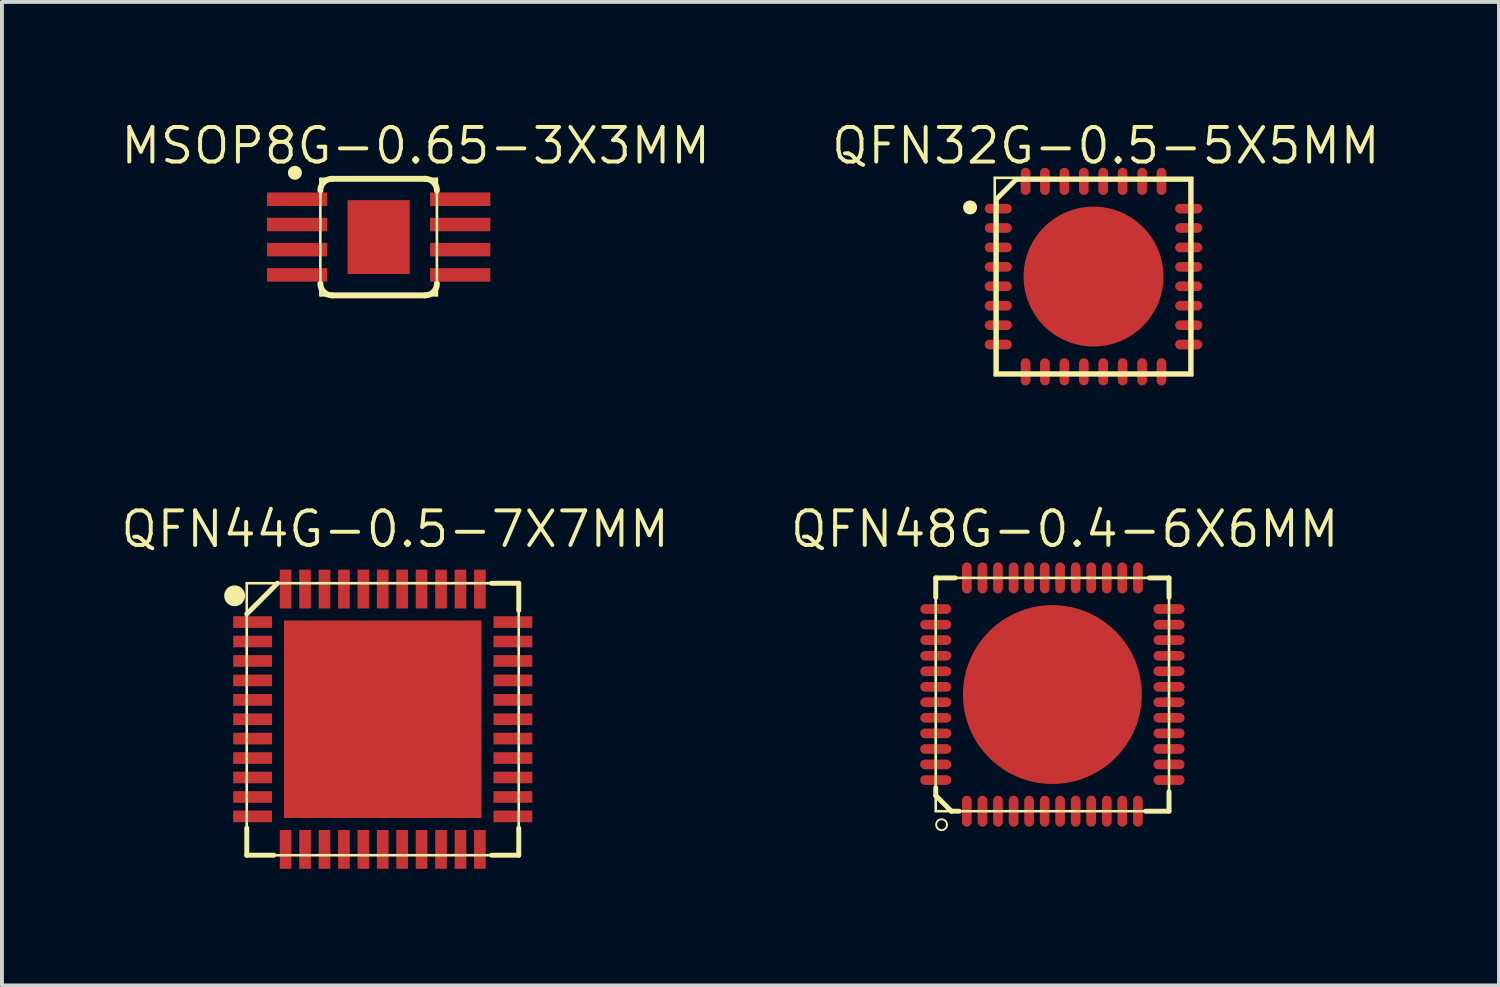
<source format=kicad_pcb>
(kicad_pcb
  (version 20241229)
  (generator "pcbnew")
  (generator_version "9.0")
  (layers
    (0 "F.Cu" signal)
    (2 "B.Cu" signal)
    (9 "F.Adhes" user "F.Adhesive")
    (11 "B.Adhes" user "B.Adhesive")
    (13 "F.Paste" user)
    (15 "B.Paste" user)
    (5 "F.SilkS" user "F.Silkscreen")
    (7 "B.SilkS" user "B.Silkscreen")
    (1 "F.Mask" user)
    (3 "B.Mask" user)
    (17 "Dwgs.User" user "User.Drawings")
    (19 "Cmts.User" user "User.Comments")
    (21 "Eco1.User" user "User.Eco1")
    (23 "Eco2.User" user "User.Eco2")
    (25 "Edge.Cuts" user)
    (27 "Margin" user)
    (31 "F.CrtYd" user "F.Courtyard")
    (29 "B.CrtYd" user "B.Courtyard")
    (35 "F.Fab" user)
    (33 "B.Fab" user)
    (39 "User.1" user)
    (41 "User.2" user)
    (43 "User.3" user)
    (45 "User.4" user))
  (footprint "QFN32G-0.5-5X5MM"
    (layer "F.Cu")
    (at 25.077 4.064)
    (property "Reference" "QFN32G-0.5-5X5MM" (at 0.318 -3.365 0) (layer "F.SilkS") (effects (font (size 0.889 0.889) (thickness 0.102))))
    (attr smd)
    (fp_line (start -2.54 -2.54) (end 2.54 -2.54) (stroke (width 0.066) (type solid)) (layer "F.SilkS"))
    (fp_line (start -2.54 2.54) (end -2.54 -2.54) (stroke (width 0.066) (type solid)) (layer "F.SilkS"))
    (fp_line (start -2.54 2.54) (end 2.54 2.54) (stroke (width 0.066) (type solid)) (layer "F.SilkS"))
    (fp_line (start -2.499 -1.991) (end -1.991 -2.499) (stroke (width 0.127) (type solid)) (layer "F.SilkS"))
    (fp_line (start -2.499 2.499) (end -2.499 -1.991) (stroke (width 0.127) (type solid)) (layer "F.SilkS"))
    (fp_line (start -1.991 -2.499) (end 2.499 -2.499) (stroke (width 0.127) (type solid)) (layer "F.SilkS"))
    (fp_line (start 2.499 -2.499) (end 2.499 2.499) (stroke (width 0.127) (type solid)) (layer "F.SilkS"))
    (fp_line (start 2.499 2.499) (end -2.499 2.499) (stroke (width 0.127) (type solid)) (layer "F.SilkS"))
    (fp_line (start 2.54 2.54) (end 2.54 -2.54) (stroke (width 0.066) (type solid)) (layer "F.SilkS"))
    (fp_circle (center -3.175 -1.778) (end -3.302 -1.905) (stroke (width 0) (type solid)) (fill yes) (layer "F.SilkS"))
    (pad "1" smd oval (at -2.449 -1.748) (size 0.699 0.249) (layers "F.Cu" "F.Mask" "F.Paste"))
    (pad "2" smd oval (at -2.449 -1.25) (size 0.699 0.249) (layers "F.Cu" "F.Mask" "F.Paste"))
    (pad "3" smd oval (at -2.449 -0.749) (size 0.699 0.249) (layers "F.Cu" "F.Mask" "F.Paste"))
    (pad "4" smd oval (at -2.449 -0.249) (size 0.699 0.249) (layers "F.Cu" "F.Mask" "F.Paste"))
    (pad "5" smd oval (at -2.449 0.249) (size 0.699 0.249) (layers "F.Cu" "F.Mask" "F.Paste"))
    (pad "6" smd oval (at -2.449 0.749) (size 0.699 0.249) (layers "F.Cu" "F.Mask" "F.Paste"))
    (pad "7" smd oval (at -2.449 1.25) (size 0.699 0.249) (layers "F.Cu" "F.Mask" "F.Paste"))
    (pad "8" smd oval (at -2.449 1.748) (size 0.699 0.249) (layers "F.Cu" "F.Mask" "F.Paste"))
    (pad "9" smd oval (at -1.748 2.449 90) (size 0.699 0.249) (layers "F.Cu" "F.Mask" "F.Paste"))
    (pad "10" smd oval (at -1.25 2.449 90) (size 0.699 0.249) (layers "F.Cu" "F.Mask" "F.Paste"))
    (pad "11" smd oval (at -0.749 2.449 90) (size 0.699 0.249) (layers "F.Cu" "F.Mask" "F.Paste"))
    (pad "12" smd oval (at -0.249 2.449 90) (size 0.699 0.249) (layers "F.Cu" "F.Mask" "F.Paste"))
    (pad "13" smd oval (at 0.249 2.449 90) (size 0.699 0.249) (layers "F.Cu" "F.Mask" "F.Paste"))
    (pad "14" smd oval (at 0.749 2.449 90) (size 0.699 0.249) (layers "F.Cu" "F.Mask" "F.Paste"))
    (pad "15" smd oval (at 1.25 2.449 90) (size 0.699 0.249) (layers "F.Cu" "F.Mask" "F.Paste"))
    (pad "16" smd oval (at 1.748 2.449 90) (size 0.699 0.249) (layers "F.Cu" "F.Mask" "F.Paste"))
    (pad "17" smd oval (at 2.449 1.748 180) (size 0.699 0.249) (layers "F.Cu" "F.Mask" "F.Paste"))
    (pad "18" smd oval (at 2.449 1.25 180) (size 0.699 0.249) (layers "F.Cu" "F.Mask" "F.Paste"))
    (pad "19" smd oval (at 2.449 0.749 180) (size 0.699 0.249) (layers "F.Cu" "F.Mask" "F.Paste"))
    (pad "20" smd oval (at 2.449 0.249 180) (size 0.699 0.249) (layers "F.Cu" "F.Mask" "F.Paste"))
    (pad "21" smd oval (at 2.449 -0.249 180) (size 0.699 0.249) (layers "F.Cu" "F.Mask" "F.Paste"))
    (pad "22" smd oval (at 2.449 -0.749 180) (size 0.699 0.249) (layers "F.Cu" "F.Mask" "F.Paste"))
    (pad "23" smd oval (at 2.449 -1.25 180) (size 0.699 0.249) (layers "F.Cu" "F.Mask" "F.Paste"))
    (pad "24" smd oval (at 2.449 -1.748 180) (size 0.699 0.249) (layers "F.Cu" "F.Mask" "F.Paste"))
    (pad "25" smd oval (at 1.748 -2.449 270) (size 0.699 0.249) (layers "F.Cu" "F.Mask" "F.Paste"))
    (pad "26" smd oval (at 1.25 -2.449 270) (size 0.699 0.249) (layers "F.Cu" "F.Mask" "F.Paste"))
    (pad "27" smd oval (at 0.749 -2.449 270) (size 0.699 0.249) (layers "F.Cu" "F.Mask" "F.Paste"))
    (pad "28" smd oval (at 0.249 -2.449 270) (size 0.699 0.249) (layers "F.Cu" "F.Mask" "F.Paste"))
    (pad "29" smd oval (at -0.249 -2.449 270) (size 0.699 0.249) (layers "F.Cu" "F.Mask" "F.Paste"))
    (pad "30" smd oval (at -0.749 -2.449 270) (size 0.699 0.249) (layers "F.Cu" "F.Mask" "F.Paste"))
    (pad "31" smd oval (at -1.25 -2.449 270) (size 0.699 0.249) (layers "F.Cu" "F.Mask" "F.Paste"))
    (pad "32" smd oval (at -1.748 -2.449 270) (size 0.699 0.249) (layers "F.Cu" "F.Mask" "F.Paste"))
    (pad "33" smd oval (at 0 0) (size 3.599 3.599) (layers "F.Cu" "F.Mask" "F.Paste")))
  (footprint "MSOP8G-0.65-3X3MM"
    (layer "F.Cu")
    (at 6.689 3.048)
    (property "Reference" "MSOP8G-0.65-3X3MM" (at 0.953 -2.349 0) (layer "F.SilkS") (effects (font (size 0.889 0.889) (thickness 0.102))))
    (attr smd)
    (fp_line (start -1.499 -1.499) (end 1.499 -1.499) (stroke (width 0.066) (type solid)) (layer "F.SilkS"))
    (fp_line (start -1.499 1.499) (end -1.499 -1.499) (stroke (width 0.066) (type solid)) (layer "F.SilkS"))
    (fp_line (start -1.499 1.499) (end 1.499 1.499) (stroke (width 0.066) (type solid)) (layer "F.SilkS"))
    (fp_line (start -1.199 -1.499) (end 1.199 -1.499) (stroke (width 0.152) (type solid)) (layer "F.SilkS"))
    (fp_line (start -1.199 1.499) (end 1.199 1.499) (stroke (width 0.152) (type solid)) (layer "F.SilkS"))
    (fp_line (start 1.499 1.499) (end 1.499 -1.499) (stroke (width 0.066) (type solid)) (layer "F.SilkS"))
    (fp_arc (start -1.4986 -1.19888) (mid -1.410814 -1.410814) (end -1.19888 -1.4986) (stroke (width 0.1524) (type solid)) (layer "F.SilkS"))
    (fp_arc (start -1.19888 1.4986) (mid -1.410814 1.410814) (end -1.4986 1.19888) (stroke (width 0.1524) (type solid)) (layer "F.SilkS"))
    (fp_arc (start 1.19888 -1.4986) (mid 1.410814 -1.410814) (end 1.4986 -1.19888) (stroke (width 0.1524) (type solid)) (layer "F.SilkS"))
    (fp_arc (start 1.4986 1.19888) (mid 1.410814 1.410814) (end 1.19888 1.4986) (stroke (width 0.1524) (type solid)) (layer "F.SilkS"))
    (fp_circle (center -2.154 -1.654) (end -2.281 -1.781) (stroke (width 0) (type solid)) (fill yes) (layer "F.SilkS"))
    (pad "1" smd rect (at -2.098 -0.973 270) (size 0.348 1.549) (layers "F.Cu" "F.Mask" "F.Paste"))
    (pad "2" smd rect (at -2.098 -0.323 270) (size 0.348 1.549) (layers "F.Cu" "F.Mask" "F.Paste"))
    (pad "3" smd rect (at -2.098 0.323 270) (size 0.348 1.549) (layers "F.Cu" "F.Mask" "F.Paste"))
    (pad "4" smd rect (at -2.098 0.973 270) (size 0.348 1.549) (layers "F.Cu" "F.Mask" "F.Paste"))
    (pad "5" smd rect (at 2.098 0.973 270) (size 0.348 1.549) (layers "F.Cu" "F.Mask" "F.Paste"))
    (pad "6" smd rect (at 2.098 0.323 270) (size 0.348 1.549) (layers "F.Cu" "F.Mask" "F.Paste"))
    (pad "7" smd rect (at 2.098 -0.323 270) (size 0.348 1.549) (layers "F.Cu" "F.Mask" "F.Paste"))
    (pad "8" smd rect (at 2.098 -0.973 270) (size 0.348 1.549) (layers "F.Cu" "F.Mask" "F.Paste"))
    (pad "PAD" smd rect (at 0 0 90) (size 1.9 1.598) (layers "F.Cu" "F.Mask" "F.Paste")))
  (footprint "QFN44G-0.5-7X7MM"
    (layer "F.Cu")
    (at 6.795 15.45)
    (property "Reference" "QFN44G-0.5-7X7MM" (at 0.318 -4.889 0) (layer "F.SilkS") (effects (font (size 0.889 0.889) (thickness 0.102))))
    (attr smd)
    (fp_line (start -3.498 -3.498) (end 3.498 -3.498) (stroke (width 0.066) (type solid)) (layer "F.SilkS"))
    (fp_line (start -3.498 -2.708) (end -2.708 -3.498) (stroke (width 0.127) (type solid)) (layer "F.SilkS"))
    (fp_line (start -3.498 2.799) (end -3.498 3.498) (stroke (width 0.127) (type solid)) (layer "F.SilkS"))
    (fp_line (start -3.498 3.498) (end -3.498 -3.498) (stroke (width 0.066) (type solid)) (layer "F.SilkS"))
    (fp_line (start -3.498 3.498) (end -2.799 3.498) (stroke (width 0.127) (type solid)) (layer "F.SilkS"))
    (fp_line (start -3.498 3.498) (end 3.498 3.498) (stroke (width 0.066) (type solid)) (layer "F.SilkS"))
    (fp_line (start 2.799 3.498) (end 3.498 3.498) (stroke (width 0.127) (type solid)) (layer "F.SilkS"))
    (fp_line (start 3.498 -3.498) (end 2.799 -3.498) (stroke (width 0.127) (type solid)) (layer "F.SilkS"))
    (fp_line (start 3.498 -2.799) (end 3.498 -3.498) (stroke (width 0.127) (type solid)) (layer "F.SilkS"))
    (fp_line (start 3.498 3.498) (end 3.498 -3.498) (stroke (width 0.066) (type solid)) (layer "F.SilkS"))
    (fp_line (start 3.498 3.498) (end 3.498 2.799) (stroke (width 0.127) (type solid)) (layer "F.SilkS"))
    (fp_circle (center -3.81 -3.175) (end -4 -3.365) (stroke (width 0) (type solid)) (fill yes) (layer "F.SilkS"))
    (pad "1" smd rect (at -3.348 -2.499 180) (size 0.998 0.3) (layers "F.Cu" "F.Mask" "F.Paste"))
    (pad "2" smd rect (at -3.348 -1.999 180) (size 0.998 0.3) (layers "F.Cu" "F.Mask" "F.Paste"))
    (pad "3" smd rect (at -3.348 -1.499 180) (size 0.998 0.3) (layers "F.Cu" "F.Mask" "F.Paste"))
    (pad "4" smd rect (at -3.348 -0.998 180) (size 0.998 0.3) (layers "F.Cu" "F.Mask" "F.Paste"))
    (pad "5" smd rect (at -3.348 -0.498 180) (size 0.998 0.3) (layers "F.Cu" "F.Mask" "F.Paste"))
    (pad "6" smd rect (at -3.348 0 180) (size 0.998 0.3) (layers "F.Cu" "F.Mask" "F.Paste"))
    (pad "7" smd rect (at -3.348 0.498 180) (size 0.998 0.3) (layers "F.Cu" "F.Mask" "F.Paste"))
    (pad "8" smd rect (at -3.348 0.998 180) (size 0.998 0.3) (layers "F.Cu" "F.Mask" "F.Paste"))
    (pad "9" smd rect (at -3.348 1.499 180) (size 0.998 0.3) (layers "F.Cu" "F.Mask" "F.Paste"))
    (pad "10" smd rect (at -3.348 1.999 180) (size 0.998 0.3) (layers "F.Cu" "F.Mask" "F.Paste"))
    (pad "11" smd rect (at -3.348 2.499 180) (size 0.998 0.3) (layers "F.Cu" "F.Mask" "F.Paste"))
    (pad "12" smd rect (at -2.499 3.348 270) (size 0.998 0.3) (layers "F.Cu" "F.Mask" "F.Paste"))
    (pad "13" smd rect (at -1.999 3.348 270) (size 0.998 0.3) (layers "F.Cu" "F.Mask" "F.Paste"))
    (pad "14" smd rect (at -1.499 3.348 270) (size 0.998 0.3) (layers "F.Cu" "F.Mask" "F.Paste"))
    (pad "15" smd rect (at -0.998 3.348 270) (size 0.998 0.3) (layers "F.Cu" "F.Mask" "F.Paste"))
    (pad "16" smd rect (at -0.498 3.348 270) (size 0.998 0.3) (layers "F.Cu" "F.Mask" "F.Paste"))
    (pad "17" smd rect (at 0 3.348 270) (size 0.998 0.3) (layers "F.Cu" "F.Mask" "F.Paste"))
    (pad "18" smd rect (at 0.498 3.348 270) (size 0.998 0.3) (layers "F.Cu" "F.Mask" "F.Paste"))
    (pad "19" smd rect (at 0.998 3.348 270) (size 0.998 0.3) (layers "F.Cu" "F.Mask" "F.Paste"))
    (pad "20" smd rect (at 1.499 3.348 270) (size 0.998 0.3) (layers "F.Cu" "F.Mask" "F.Paste"))
    (pad "21" smd rect (at 1.999 3.348 270) (size 0.998 0.3) (layers "F.Cu" "F.Mask" "F.Paste"))
    (pad "22" smd rect (at 2.499 3.348 270) (size 0.998 0.3) (layers "F.Cu" "F.Mask" "F.Paste"))
    (pad "23" smd rect (at 3.348 2.499) (size 0.998 0.3) (layers "F.Cu" "F.Mask" "F.Paste"))
    (pad "24" smd rect (at 3.348 1.999) (size 0.998 0.3) (layers "F.Cu" "F.Mask" "F.Paste"))
    (pad "25" smd rect (at 3.348 1.499) (size 0.998 0.3) (layers "F.Cu" "F.Mask" "F.Paste"))
    (pad "26" smd rect (at 3.348 0.998) (size 0.998 0.3) (layers "F.Cu" "F.Mask" "F.Paste"))
    (pad "27" smd rect (at 3.348 0.498) (size 0.998 0.3) (layers "F.Cu" "F.Mask" "F.Paste"))
    (pad "28" smd rect (at 3.348 0) (size 0.998 0.3) (layers "F.Cu" "F.Mask" "F.Paste"))
    (pad "29" smd rect (at 3.348 -0.498) (size 0.998 0.3) (layers "F.Cu" "F.Mask" "F.Paste"))
    (pad "30" smd rect (at 3.348 -0.998) (size 0.998 0.3) (layers "F.Cu" "F.Mask" "F.Paste"))
    (pad "31" smd rect (at 3.348 -1.499) (size 0.998 0.3) (layers "F.Cu" "F.Mask" "F.Paste"))
    (pad "32" smd rect (at 3.348 -1.999) (size 0.998 0.3) (layers "F.Cu" "F.Mask" "F.Paste"))
    (pad "33" smd rect (at 3.348 -2.499) (size 0.998 0.3) (layers "F.Cu" "F.Mask" "F.Paste"))
    (pad "34" smd rect (at 2.499 -3.348 90) (size 0.998 0.3) (layers "F.Cu" "F.Mask" "F.Paste"))
    (pad "35" smd rect (at 1.999 -3.348 90) (size 0.998 0.3) (layers "F.Cu" "F.Mask" "F.Paste"))
    (pad "36" smd rect (at 1.499 -3.348 90) (size 0.998 0.3) (layers "F.Cu" "F.Mask" "F.Paste"))
    (pad "37" smd rect (at 0.998 -3.348 90) (size 0.998 0.3) (layers "F.Cu" "F.Mask" "F.Paste"))
    (pad "38" smd rect (at 0.498 -3.348 90) (size 0.998 0.3) (layers "F.Cu" "F.Mask" "F.Paste"))
    (pad "39" smd rect (at 0 -3.348 90) (size 0.998 0.3) (layers "F.Cu" "F.Mask" "F.Paste"))
    (pad "40" smd rect (at -0.498 -3.348 90) (size 0.998 0.3) (layers "F.Cu" "F.Mask" "F.Paste"))
    (pad "41" smd rect (at -0.998 -3.348 90) (size 0.998 0.3) (layers "F.Cu" "F.Mask" "F.Paste"))
    (pad "42" smd rect (at -1.499 -3.348 90) (size 0.998 0.3) (layers "F.Cu" "F.Mask" "F.Paste"))
    (pad "43" smd rect (at -1.999 -3.348 90) (size 0.998 0.3) (layers "F.Cu" "F.Mask" "F.Paste"))
    (pad "44" smd rect (at -2.499 -3.348 90) (size 0.998 0.3) (layers "F.Cu" "F.Mask" "F.Paste"))
    (pad "TAB" smd rect (at 0 0) (size 5.08 5.08) (layers "F.Cu" "F.Mask" "F.Paste")))
  (footprint "QFN48G-0.4-6X6MM"
    (layer "F.Cu")
    (at 24.019 14.815)
    (property "Reference" "QFN48G-0.4-6X6MM" (at 0.318 -4.255 0) (layer "F.SilkS") (effects (font (size 0.889 0.889) (thickness 0.102))))
    (attr smd)
    (fp_line (start -3 -3) (end -2.499 -3) (stroke (width 0.127) (type solid)) (layer "F.SilkS"))
    (fp_line (start -3 -3) (end 3 -3) (stroke (width 0.066) (type solid)) (layer "F.SilkS"))
    (fp_line (start -3 -2.499) (end -3 -3) (stroke (width 0.127) (type solid)) (layer "F.SilkS"))
    (fp_line (start -3 2.398) (end -3 2.598) (stroke (width 0.127) (type solid)) (layer "F.SilkS"))
    (fp_line (start -3 3) (end -3 -3) (stroke (width 0.066) (type solid)) (layer "F.SilkS"))
    (fp_line (start -3 3) (end 3 3) (stroke (width 0.066) (type solid)) (layer "F.SilkS"))
    (fp_line (start -2.598 3) (end -3 2.598) (stroke (width 0.127) (type solid)) (layer "F.SilkS"))
    (fp_line (start -2.398 3) (end -2.598 3) (stroke (width 0.127) (type solid)) (layer "F.SilkS"))
    (fp_line (start 2.398 3) (end 3 3) (stroke (width 0.127) (type solid)) (layer "F.SilkS"))
    (fp_line (start 3 -3) (end 2.499 -3) (stroke (width 0.127) (type solid)) (layer "F.SilkS"))
    (fp_line (start 3 -2.499) (end 3 -3) (stroke (width 0.127) (type solid)) (layer "F.SilkS"))
    (fp_line (start 3 3) (end 3 -3) (stroke (width 0.066) (type solid)) (layer "F.SilkS"))
    (fp_line (start 3 3) (end 3 2.499) (stroke (width 0.127) (type solid)) (layer "F.SilkS"))
    (fp_circle (center -2.85 3.348) (end -2.949 3.447) (stroke (width 0.048) (type solid)) (fill no) (layer "F.SilkS"))
    (pad "1" smd oval (at -2.2 3 90) (size 0.798 0.249) (layers "F.Cu" "F.Mask" "F.Paste"))
    (pad "2" smd oval (at -1.798 3 90) (size 0.798 0.249) (layers "F.Cu" "F.Mask" "F.Paste"))
    (pad "3" smd oval (at -1.4 3 90) (size 0.798 0.249) (layers "F.Cu" "F.Mask" "F.Paste"))
    (pad "4" smd oval (at -0.998 3 90) (size 0.798 0.249) (layers "F.Cu" "F.Mask" "F.Paste"))
    (pad "5" smd oval (at -0.599 3 90) (size 0.798 0.249) (layers "F.Cu" "F.Mask" "F.Paste"))
    (pad "6" smd oval (at -0.198 3 90) (size 0.798 0.249) (layers "F.Cu" "F.Mask" "F.Paste"))
    (pad "7" smd oval (at 0.198 3 90) (size 0.798 0.249) (layers "F.Cu" "F.Mask" "F.Paste"))
    (pad "8" smd oval (at 0.599 3 90) (size 0.798 0.249) (layers "F.Cu" "F.Mask" "F.Paste"))
    (pad "9" smd oval (at 0.998 3 90) (size 0.798 0.249) (layers "F.Cu" "F.Mask" "F.Paste"))
    (pad "10" smd oval (at 1.4 3 90) (size 0.798 0.249) (layers "F.Cu" "F.Mask" "F.Paste"))
    (pad "11" smd oval (at 1.798 3 90) (size 0.798 0.249) (layers "F.Cu" "F.Mask" "F.Paste"))
    (pad "12" smd oval (at 2.2 3 90) (size 0.798 0.249) (layers "F.Cu" "F.Mask" "F.Paste"))
    (pad "13" smd oval (at 3 2.2 180) (size 0.798 0.249) (layers "F.Cu" "F.Mask" "F.Paste"))
    (pad "14" smd oval (at 3 1.798 180) (size 0.798 0.249) (layers "F.Cu" "F.Mask" "F.Paste"))
    (pad "15" smd oval (at 3 1.4 180) (size 0.798 0.249) (layers "F.Cu" "F.Mask" "F.Paste"))
    (pad "16" smd oval (at 3 0.998 180) (size 0.798 0.249) (layers "F.Cu" "F.Mask" "F.Paste"))
    (pad "17" smd oval (at 3 0.599 180) (size 0.798 0.249) (layers "F.Cu" "F.Mask" "F.Paste"))
    (pad "18" smd oval (at 3 0.198 180) (size 0.798 0.249) (layers "F.Cu" "F.Mask" "F.Paste"))
    (pad "19" smd oval (at 3 -0.198 180) (size 0.798 0.249) (layers "F.Cu" "F.Mask" "F.Paste"))
    (pad "20" smd oval (at 3 -0.599 180) (size 0.798 0.249) (layers "F.Cu" "F.Mask" "F.Paste"))
    (pad "21" smd oval (at 3 -0.998 180) (size 0.798 0.249) (layers "F.Cu" "F.Mask" "F.Paste"))
    (pad "22" smd oval (at 3 -1.4 180) (size 0.798 0.249) (layers "F.Cu" "F.Mask" "F.Paste"))
    (pad "23" smd oval (at 3 -1.798 180) (size 0.798 0.249) (layers "F.Cu" "F.Mask" "F.Paste"))
    (pad "24" smd oval (at 3 -2.2 180) (size 0.798 0.249) (layers "F.Cu" "F.Mask" "F.Paste"))
    (pad "25" smd oval (at 2.2 -3 270) (size 0.798 0.249) (layers "F.Cu" "F.Mask" "F.Paste"))
    (pad "26" smd oval (at 1.798 -3 270) (size 0.798 0.249) (layers "F.Cu" "F.Mask" "F.Paste"))
    (pad "27" smd oval (at 1.4 -3 270) (size 0.798 0.249) (layers "F.Cu" "F.Mask" "F.Paste"))
    (pad "28" smd oval (at 0.998 -3 270) (size 0.798 0.249) (layers "F.Cu" "F.Mask" "F.Paste"))
    (pad "29" smd oval (at 0.599 -3 270) (size 0.798 0.249) (layers "F.Cu" "F.Mask" "F.Paste"))
    (pad "30" smd oval (at 0.198 -3 270) (size 0.798 0.249) (layers "F.Cu" "F.Mask" "F.Paste"))
    (pad "31" smd oval (at -0.198 -3 270) (size 0.798 0.249) (layers "F.Cu" "F.Mask" "F.Paste"))
    (pad "32" smd oval (at -0.599 -3 270) (size 0.798 0.249) (layers "F.Cu" "F.Mask" "F.Paste"))
    (pad "33" smd oval (at -0.998 -3 270) (size 0.798 0.249) (layers "F.Cu" "F.Mask" "F.Paste"))
    (pad "34" smd oval (at -1.4 -3 270) (size 0.798 0.249) (layers "F.Cu" "F.Mask" "F.Paste"))
    (pad "35" smd oval (at -1.798 -3 270) (size 0.798 0.249) (layers "F.Cu" "F.Mask" "F.Paste"))
    (pad "36" smd oval (at -2.2 -3 270) (size 0.798 0.249) (layers "F.Cu" "F.Mask" "F.Paste"))
    (pad "37" smd oval (at -3 -2.2) (size 0.798 0.249) (layers "F.Cu" "F.Mask" "F.Paste"))
    (pad "38" smd oval (at -3 -1.798) (size 0.798 0.249) (layers "F.Cu" "F.Mask" "F.Paste"))
    (pad "39" smd oval (at -3 -1.4) (size 0.798 0.249) (layers "F.Cu" "F.Mask" "F.Paste"))
    (pad "40" smd oval (at -3 -0.998) (size 0.798 0.249) (layers "F.Cu" "F.Mask" "F.Paste"))
    (pad "41" smd oval (at -3 -0.599) (size 0.798 0.249) (layers "F.Cu" "F.Mask" "F.Paste"))
    (pad "42" smd oval (at -3 -0.198) (size 0.798 0.249) (layers "F.Cu" "F.Mask" "F.Paste"))
    (pad "43" smd oval (at -3 0.198) (size 0.798 0.249) (layers "F.Cu" "F.Mask" "F.Paste"))
    (pad "44" smd oval (at -3 0.599) (size 0.798 0.249) (layers "F.Cu" "F.Mask" "F.Paste"))
    (pad "45" smd oval (at -3 0.998) (size 0.798 0.249) (layers "F.Cu" "F.Mask" "F.Paste"))
    (pad "46" smd oval (at -3 1.4) (size 0.798 0.249) (layers "F.Cu" "F.Mask" "F.Paste"))
    (pad "47" smd oval (at -3 1.798) (size 0.798 0.249) (layers "F.Cu" "F.Mask" "F.Paste"))
    (pad "48" smd oval (at -3 2.2) (size 0.798 0.249) (layers "F.Cu" "F.Mask" "F.Paste"))
    (pad "PAD" smd oval (at 0 0) (size 4.6 4.6) (layers "F.Cu" "F.Mask" "F.Paste")))
  (gr_rect
    (start -3 -3)
    (end 35.506 22.296)
    (stroke (width 0.1) (type default))
    (fill no)
    (layer "Edge.Cuts")))
</source>
